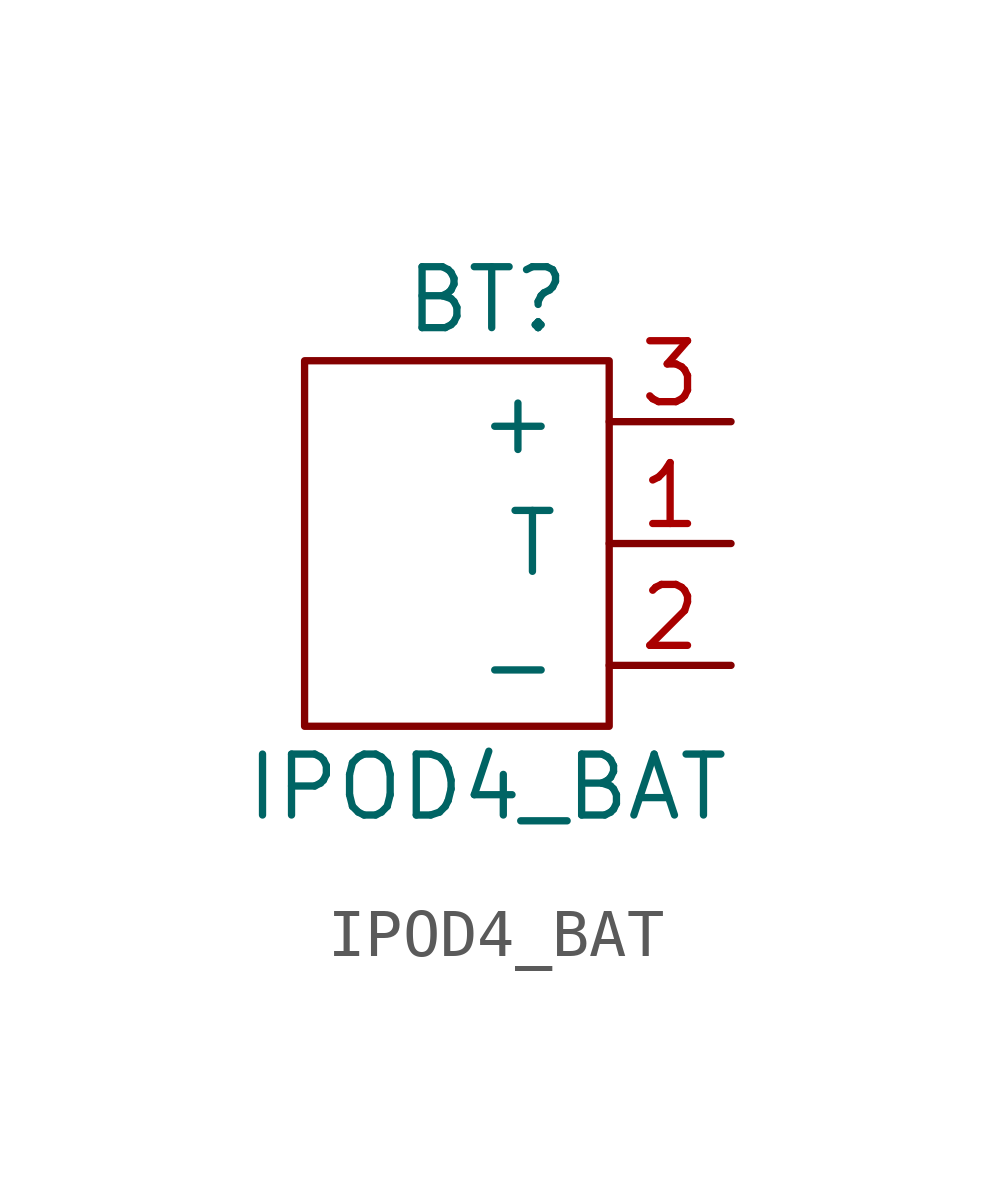
<source format=kicad_sym>
(kicad_symbol_lib
  (version 20211014)
  (generator kicad_symbol_editor)
  (symbol "IPOD4_BAT"
    (pin_names
      (offset 1.016))
    (property "Reference" "BT"
      (at 0 1.27 0)
      (effects (font (size 1.27 1.27))))
    (property "Value" "IPOD4_BAT"
      (at 0 -8.89 0)
      (effects (font (size 1.27 1.27))))
    (symbol "IPOD4_BAT_0_1"
      (rectangle (start 2.54 0) (end -3.81 -7.62) (stroke (width 0) (type default) (color 0 0 0 0)) (fill (type none))))
    (symbol "IPOD4_BAT_1_1"
      (pin input line (at 5.08 -3.81 180) (length 2.54) (name "T" (effects (font (size 1.27 1.27)))) (number "1" (effects (font (size 1.27 1.27)))))
      (pin input line (at 5.08 -6.35 180) (length 2.54) (name "-" (effects (font (size 1.27 1.27)))) (number "2" (effects (font (size 1.27 1.27)))))
      (pin input line (at 5.08 -1.27 180) (length 2.54) (name "+" (effects (font (size 1.27 1.27)))) (number "3" (effects (font (size 1.27 1.27))))))))
</source>
